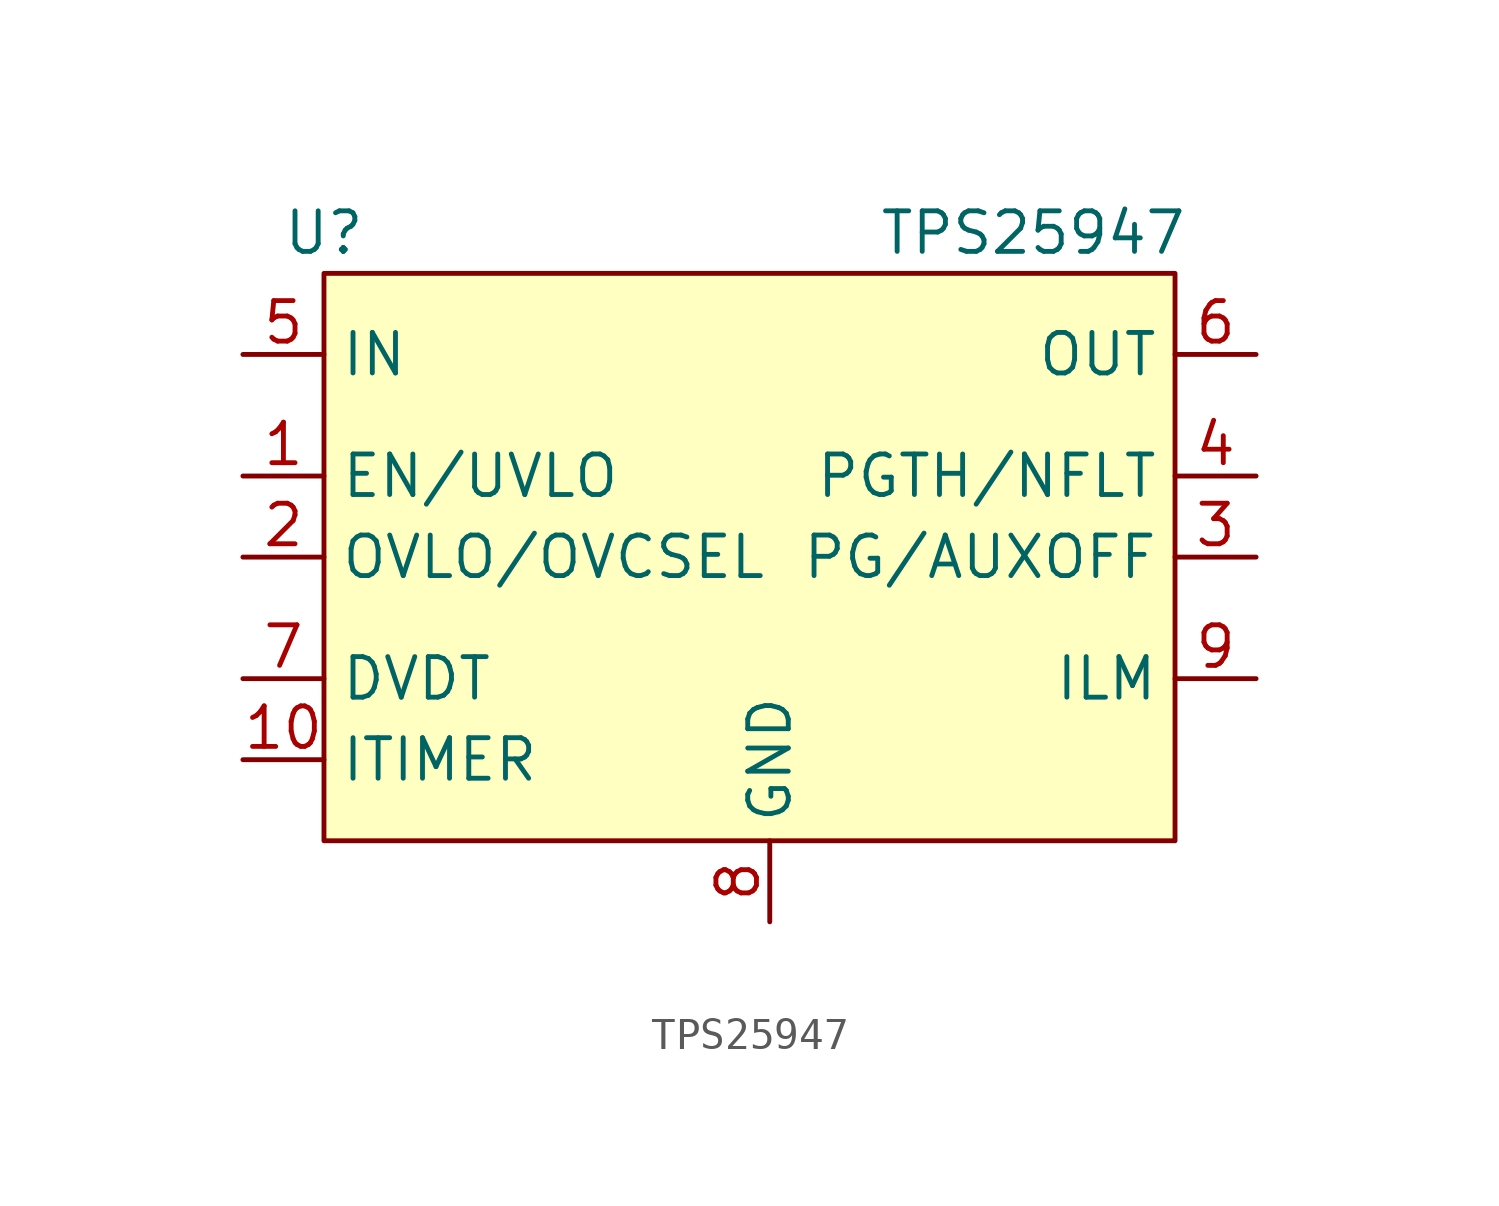
<source format=kicad_sym>
(kicad_symbol_lib
  (version 20211014)
  (generator kicad_symbol_editor)
  (symbol "TPS25947"
    (property "Reference" "U"
      (at -13.97 12.7 0)
      (effects (font (size 1.27 1.27))))
    (property "Value" "TPS25947"
      (at 8.255 12.7 0)
      (effects (font (size 1.27 1.27))))
    (symbol "TPS25947_0_0"
      (pin input line (at -16.51 5.08 0) (length 2.54) (name "EN/UVLO" (effects (font (size 1.27 1.27)))) (number "1" (effects (font (size 1.27 1.27)))))
      (pin output line (at -16.51 -3.81 0) (length 2.54) (name "ITIMER" (effects (font (size 1.27 1.27)))) (number "10" (effects (font (size 1.27 1.27)))))
      (pin input line (at -16.51 2.54 0) (length 2.54) (name "OVLO/OVCSEL" (effects (font (size 1.27 1.27)))) (number "2" (effects (font (size 1.27 1.27)))))
      (pin output line (at 15.24 2.54 180) (length 2.54) (name "PG/AUXOFF" (effects (font (size 1.27 1.27)))) (number "3" (effects (font (size 1.27 1.27)))))
      (pin bidirectional line (at 15.24 5.08 180) (length 2.54) (name "PGTH/NFLT" (effects (font (size 1.27 1.27)))) (number "4" (effects (font (size 1.27 1.27)))))
      (pin power_in line (at -16.51 8.89 0) (length 2.54) (name "IN" (effects (font (size 1.27 1.27)))) (number "5" (effects (font (size 1.27 1.27)))))
      (pin power_out line (at 15.24 8.89 180) (length 2.54) (name "OUT" (effects (font (size 1.27 1.27)))) (number "6" (effects (font (size 1.27 1.27)))))
      (pin output line (at -16.51 -1.27 0) (length 2.54) (name "DVDT" (effects (font (size 1.27 1.27)))) (number "7" (effects (font (size 1.27 1.27)))))
      (pin input line (at 0 -8.89 90) (length 2.54) (name "GND" (effects (font (size 1.27 1.27)))) (number "8" (effects (font (size 1.27 1.27)))))
      (pin output line (at 15.24 -1.27 180) (length 2.54) (name "ILM" (effects (font (size 1.27 1.27)))) (number "9" (effects (font (size 1.27 1.27))))))
    (symbol "TPS25947_0_1"
      (rectangle (start -13.97 11.43) (end 12.7 -6.35) (stroke (width 0) (type default) (color 0 0 0 0)) (fill (type background))))))
</source>
